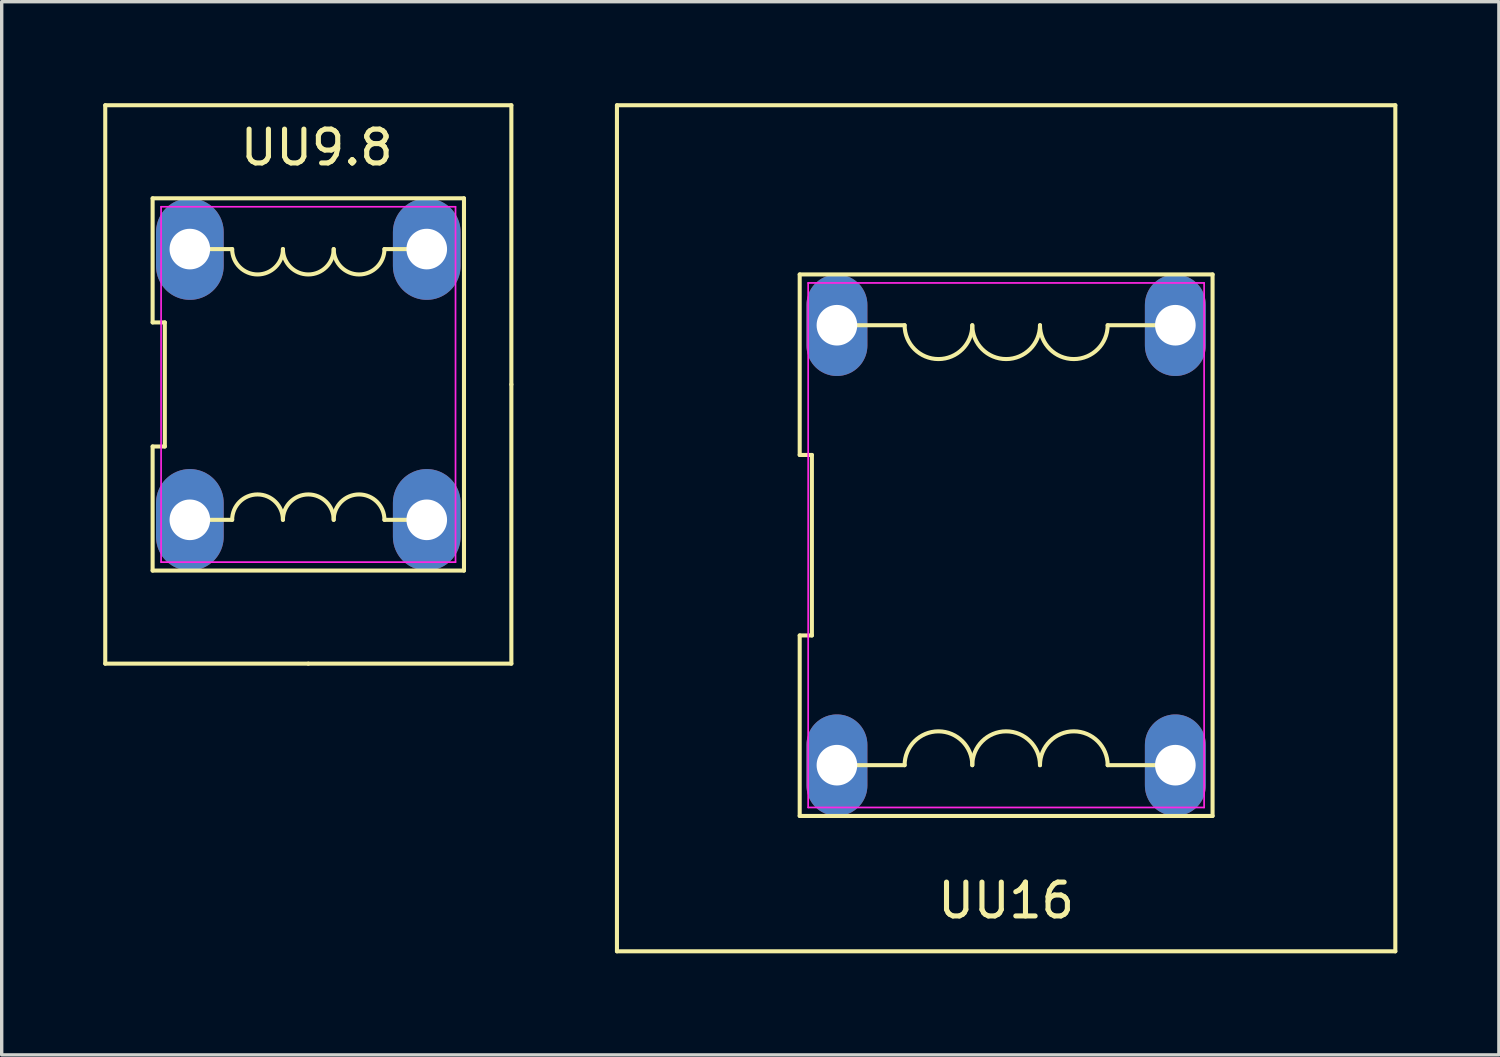
<source format=kicad_pcb>
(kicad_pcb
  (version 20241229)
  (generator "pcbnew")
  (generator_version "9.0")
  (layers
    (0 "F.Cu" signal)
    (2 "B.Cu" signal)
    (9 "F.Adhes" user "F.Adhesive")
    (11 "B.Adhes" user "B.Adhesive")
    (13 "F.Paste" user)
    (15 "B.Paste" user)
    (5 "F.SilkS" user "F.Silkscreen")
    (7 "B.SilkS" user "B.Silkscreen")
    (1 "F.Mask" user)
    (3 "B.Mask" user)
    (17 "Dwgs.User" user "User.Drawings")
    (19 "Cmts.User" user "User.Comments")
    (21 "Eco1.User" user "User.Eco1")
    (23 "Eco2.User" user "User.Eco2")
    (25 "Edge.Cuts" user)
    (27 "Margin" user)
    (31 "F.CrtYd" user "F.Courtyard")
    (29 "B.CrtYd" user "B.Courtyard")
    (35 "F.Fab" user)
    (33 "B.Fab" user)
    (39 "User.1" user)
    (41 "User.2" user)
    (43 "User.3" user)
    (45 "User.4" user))
  (footprint "UU9.8"
    (layer "F.Cu")
    (at 6.06 8.31)
    (property "Reference" "UU9.8" (at 0.25 -7 180) (layer "F.SilkS") (effects (font (size 1 1) (thickness 0.15))))
    (attr through_hole)
    (fp_line (start -6 -8.25) (end -6 8.25) (stroke (width 0.12) (type solid)) (layer "F.SilkS"))
    (fp_line (start -4.6 -5.5) (end -4.6 -1.833) (stroke (width 0.12) (type solid)) (layer "F.SilkS"))
    (fp_line (start -4.6 -1.833) (end -4.24 -1.833) (stroke (width 0.12) (type solid)) (layer "F.SilkS"))
    (fp_line (start -4.6 1.833) (end -4.6 5.5) (stroke (width 0.12) (type solid)) (layer "F.SilkS"))
    (fp_line (start -4.6 5.5) (end 4.6 5.5) (stroke (width 0.12) (type solid)) (layer "F.SilkS"))
    (fp_line (start -4.24 -1.833) (end -4.24 1.833) (stroke (width 0.12) (type solid)) (layer "F.SilkS"))
    (fp_line (start -4.24 1.833) (end -4.6 1.833) (stroke (width 0.12) (type solid)) (layer "F.SilkS"))
    (fp_line (start -2.25 -4) (end -3.5 -4) (stroke (width 0.12) (type solid)) (layer "F.SilkS"))
    (fp_line (start -2.25 4) (end -3.5 4) (stroke (width 0.12) (type solid)) (layer "F.SilkS"))
    (fp_line (start 0 8.25) (end -6 8.25) (stroke (width 0.12) (type solid)) (layer "F.SilkS"))
    (fp_line (start 0 8.25) (end 6 8.25) (stroke (width 0.12) (type solid)) (layer "F.SilkS"))
    (fp_line (start 2.25 -4) (end 3.5 -4) (stroke (width 0.12) (type solid)) (layer "F.SilkS"))
    (fp_line (start 2.25 4) (end 3.5 4) (stroke (width 0.12) (type solid)) (layer "F.SilkS"))
    (fp_line (start 4.6 -5.5) (end -4.6 -5.5) (stroke (width 0.12) (type solid)) (layer "F.SilkS"))
    (fp_line (start 4.6 5.5) (end 4.6 -5.5) (stroke (width 0.12) (type solid)) (layer "F.SilkS"))
    (fp_line (start 6 -8.25) (end -6 -8.25) (stroke (width 0.12) (type solid)) (layer "F.SilkS"))
    (fp_line (start 6 0) (end 6 -8.25) (stroke (width 0.12) (type solid)) (layer "F.SilkS"))
    (fp_line (start 6 0) (end 6 8.25) (stroke (width 0.12) (type solid)) (layer "F.SilkS"))
    (fp_arc (start -2.25 4) (mid -1.5 3.25) (end -0.75 4) (stroke (width 0.12) (type solid)) (layer "F.SilkS"))
    (fp_arc (start -0.75 -4) (mid -1.5 -3.25) (end -2.25 -4) (stroke (width 0.12) (type solid)) (layer "F.SilkS"))
    (fp_arc (start -0.75 4) (mid 0 3.25) (end 0.75 4) (stroke (width 0.12) (type solid)) (layer "F.SilkS"))
    (fp_arc (start 0.75 -4) (mid 0 -3.25) (end -0.75 -4) (stroke (width 0.12) (type solid)) (layer "F.SilkS"))
    (fp_arc (start 0.75 4) (mid 1.5 3.25) (end 2.25 4) (stroke (width 0.12) (type solid)) (layer "F.SilkS"))
    (fp_arc (start 2.25 -4) (mid 1.5 -3.25) (end 0.75 -4) (stroke (width 0.12) (type solid)) (layer "F.SilkS"))
    (fp_line (start -4.35 -5.25) (end 4.35 -5.25) (stroke (width 0.05) (type solid)) (layer "F.CrtYd"))
    (fp_line (start -4.35 5.25) (end -4.35 -5.25) (stroke (width 0.05) (type solid)) (layer "F.CrtYd"))
    (fp_line (start 4.35 -5.25) (end 4.35 5.25) (stroke (width 0.05) (type solid)) (layer "F.CrtYd"))
    (fp_line (start 4.35 5.25) (end -4.35 5.25) (stroke (width 0.05) (type solid)) (layer "F.CrtYd"))
    (pad "1" thru_hole oval (at -3.5 4) (size 2 3) (drill 1.2) (layers "*.Cu" "*.Mask"))
    (pad "2" thru_hole oval (at 3.5 4) (size 2 3) (drill 1.2) (layers "*.Cu" "*.Mask"))
    (pad "3" thru_hole oval (at 3.5 -4) (size 2 3) (drill 1.2) (layers "*.Cu" "*.Mask"))
    (pad "4" thru_hole oval (at -3.5 -4) (size 2 3) (drill 1.2) (layers "*.Cu" "*.Mask")))
  (footprint "UU16"
    (layer "F.Cu")
    (at 26.68 13.06)
    (property "Reference" "UU16" (at 0 10.5 180) (layer "F.SilkS") (effects (font (size 1 1) (thickness 0.15))))
    (attr through_hole)
    (fp_line (start -11.5 -13) (end 11.5 -13) (stroke (width 0.12) (type solid)) (layer "F.SilkS"))
    (fp_line (start -11.5 12) (end -11.5 -13) (stroke (width 0.12) (type solid)) (layer "F.SilkS"))
    (fp_line (start -6.1 -2.667) (end -5.74 -2.667) (stroke (width 0.12) (type solid)) (layer "F.SilkS"))
    (fp_line (start -6.1 2.667) (end -6.1 8) (stroke (width 0.12) (type solid)) (layer "F.SilkS"))
    (fp_line (start -6.1 8) (end 6.1 8) (stroke (width 0.12) (type solid)) (layer "F.SilkS"))
    (fp_line (start -6.1 -8) (end -6.1 -2.667) (stroke (width 0.12) (type solid)) (layer "F.SilkS"))
    (fp_line (start -5.74 -2.667) (end -5.74 2.667) (stroke (width 0.12) (type solid)) (layer "F.SilkS"))
    (fp_line (start -5.74 2.667) (end -6.1 2.667) (stroke (width 0.12) (type solid)) (layer "F.SilkS"))
    (fp_line (start -5 6.5) (end -3 6.5) (stroke (width 0.12) (type solid)) (layer "F.SilkS"))
    (fp_line (start -3 -6.5) (end -5 -6.5) (stroke (width 0.12) (type solid)) (layer "F.SilkS"))
    (fp_line (start 3 -6.5) (end 5 -6.5) (stroke (width 0.12) (type solid)) (layer "F.SilkS"))
    (fp_line (start 3 6.5) (end 5 6.5) (stroke (width 0.12) (type solid)) (layer "F.SilkS"))
    (fp_line (start 6.1 8) (end 6.1 -8) (stroke (width 0.12) (type solid)) (layer "F.SilkS"))
    (fp_line (start 6.1 -8) (end -6.1 -8) (stroke (width 0.12) (type solid)) (layer "F.SilkS"))
    (fp_line (start 11.5 -13) (end 11.5 12) (stroke (width 0.12) (type solid)) (layer "F.SilkS"))
    (fp_line (start 11.5 12) (end -11.5 12) (stroke (width 0.12) (type solid)) (layer "F.SilkS"))
    (fp_arc (start -3 6.5) (mid -2 5.5) (end -1 6.5) (stroke (width 0.12) (type solid)) (layer "F.SilkS"))
    (fp_arc (start -1 -6.5) (mid -2 -5.5) (end -3 -6.5) (stroke (width 0.12) (type solid)) (layer "F.SilkS"))
    (fp_arc (start -1 6.5) (mid 0 5.5) (end 1 6.5) (stroke (width 0.12) (type solid)) (layer "F.SilkS"))
    (fp_arc (start 1 -6.5) (mid 0 -5.5) (end -1 -6.5) (stroke (width 0.12) (type solid)) (layer "F.SilkS"))
    (fp_arc (start 1 6.5) (mid 2 5.5) (end 3 6.5) (stroke (width 0.12) (type solid)) (layer "F.SilkS"))
    (fp_arc (start 3 -6.5) (mid 2 -5.5) (end 1 -6.5) (stroke (width 0.12) (type solid)) (layer "F.SilkS"))
    (fp_line (start -5.85 -7.75) (end 5.85 -7.75) (stroke (width 0.05) (type solid)) (layer "F.CrtYd"))
    (fp_line (start -5.85 7.75) (end -5.85 -7.75) (stroke (width 0.05) (type solid)) (layer "F.CrtYd"))
    (fp_line (start 5.85 -7.75) (end 5.85 7.75) (stroke (width 0.05) (type solid)) (layer "F.CrtYd"))
    (fp_line (start 5.85 7.75) (end -5.85 7.75) (stroke (width 0.05) (type solid)) (layer "F.CrtYd"))
    (pad "1" thru_hole oval (at -5 6.5) (size 1.8 3) (drill 1.2) (layers "*.Cu" "*.Mask"))
    (pad "2" thru_hole oval (at 5 6.5) (size 1.8 3) (drill 1.2) (layers "*.Cu" "*.Mask"))
    (pad "3" thru_hole oval (at 5 -6.5) (size 1.8 3) (drill 1.2) (layers "*.Cu" "*.Mask"))
    (pad "4" thru_hole oval (at -5 -6.5) (size 1.8 3) (drill 1.2) (layers "*.Cu" "*.Mask")))
  (gr_rect
    (start -3 -3)
    (end 41.24 28.12)
    (stroke (width 0.1) (type default))
    (fill no)
    (layer "Edge.Cuts")))
</source>
